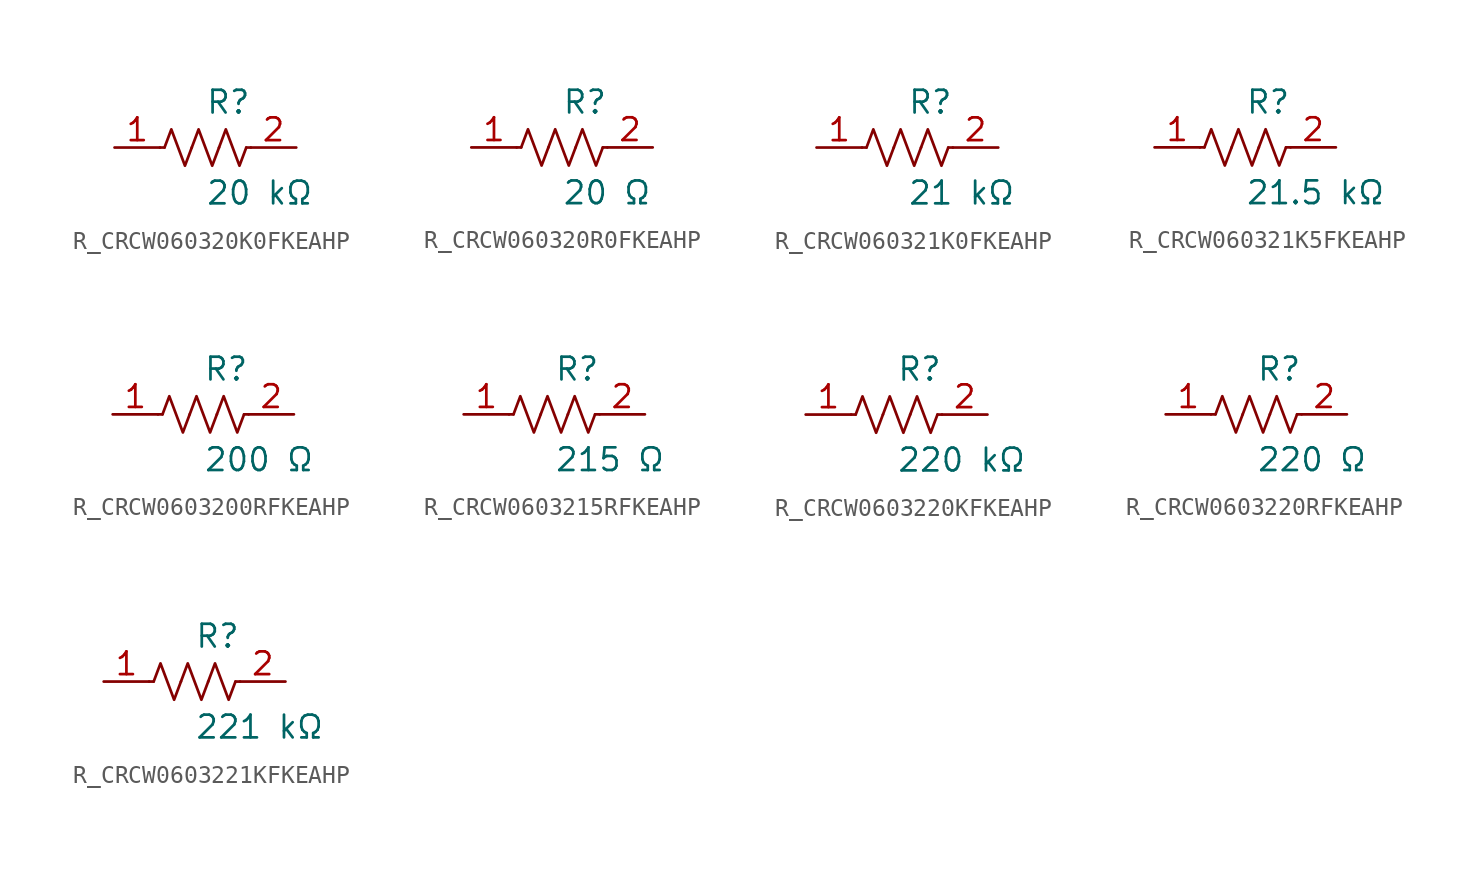
<source format=kicad_sym>
(kicad_symbol_lib
  (version 20231120)
  (generator kicad_symbol_editor)
  (generator_version 8.0)
  (symbol "R_CRCW060320K0FKEAHP"
    (pin_names
      (offset 0.254))
    (property "Reference" "R"
      (at 0.0 2.54 0)
      (effects (font (size 1.27 1.27)) (justify left)))
    (property "Value" "20 kΩ"
      (at 0.0 -2.54 0)
      (effects (font (size 1.27 1.27)) (justify left)))
    (symbol "R_CRCW060320K0FKEAHP_0_1"
      (polyline (pts (xy 2.286 0) (xy 2.54 0)) (stroke (width 0) (type default)) (fill (type none)))
      (polyline (pts (xy -2.286 0) (xy -2.54 0)) (stroke (width 0) (type default)) (fill (type none)))
      (polyline (pts (xy 0.762 0) (xy 1.143 1.016) (xy 1.524 0) (xy 1.905 -1.016) (xy 2.286 0)) (stroke (width 0) (type default)) (fill (type none)))
      (polyline (pts (xy -0.762 0) (xy -0.381 1.016) (xy 0 0) (xy 0.381 -1.016) (xy 0.762 0)) (stroke (width 0) (type default)) (fill (type none)))
      (polyline (pts (xy -2.286 0) (xy -1.905 1.016) (xy -1.524 0) (xy -1.143 -1.016) (xy -0.762 0)) (stroke (width 0) (type default)) (fill (type none))))
    (pin unspecified line
      (at -5.08 0 0)
      (length 2.54)
      (name "" (effects (font (size 1.27 1.27))))
      (number "1" (effects (font (size 1.27 1.27)))))
    (pin unspecified line
      (at 5.08 0 180)
      (length 2.54)
      (name "" (effects (font (size 1.27 1.27))))
      (number "2" (effects (font (size 1.27 1.27))))))
  (symbol "R_CRCW060320R0FKEAHP"
    (pin_names
      (offset 0.254))
    (property "Reference" "R"
      (at 0.0 2.54 0)
      (effects (font (size 1.27 1.27)) (justify left)))
    (property "Value" "20 Ω"
      (at 0.0 -2.54 0)
      (effects (font (size 1.27 1.27)) (justify left)))
    (symbol "R_CRCW060320R0FKEAHP_0_1"
      (polyline (pts (xy 2.286 0) (xy 2.54 0)) (stroke (width 0) (type default)) (fill (type none)))
      (polyline (pts (xy -2.286 0) (xy -2.54 0)) (stroke (width 0) (type default)) (fill (type none)))
      (polyline (pts (xy 0.762 0) (xy 1.143 1.016) (xy 1.524 0) (xy 1.905 -1.016) (xy 2.286 0)) (stroke (width 0) (type default)) (fill (type none)))
      (polyline (pts (xy -0.762 0) (xy -0.381 1.016) (xy 0 0) (xy 0.381 -1.016) (xy 0.762 0)) (stroke (width 0) (type default)) (fill (type none)))
      (polyline (pts (xy -2.286 0) (xy -1.905 1.016) (xy -1.524 0) (xy -1.143 -1.016) (xy -0.762 0)) (stroke (width 0) (type default)) (fill (type none))))
    (pin unspecified line
      (at -5.08 0 0)
      (length 2.54)
      (name "" (effects (font (size 1.27 1.27))))
      (number "1" (effects (font (size 1.27 1.27)))))
    (pin unspecified line
      (at 5.08 0 180)
      (length 2.54)
      (name "" (effects (font (size 1.27 1.27))))
      (number "2" (effects (font (size 1.27 1.27))))))
  (symbol "R_CRCW060321K0FKEAHP"
    (pin_names
      (offset 0.254))
    (property "Reference" "R"
      (at 0.0 2.54 0)
      (effects (font (size 1.27 1.27)) (justify left)))
    (property "Value" "21 kΩ"
      (at 0.0 -2.54 0)
      (effects (font (size 1.27 1.27)) (justify left)))
    (symbol "R_CRCW060321K0FKEAHP_0_1"
      (polyline (pts (xy 2.286 0) (xy 2.54 0)) (stroke (width 0) (type default)) (fill (type none)))
      (polyline (pts (xy -2.286 0) (xy -2.54 0)) (stroke (width 0) (type default)) (fill (type none)))
      (polyline (pts (xy 0.762 0) (xy 1.143 1.016) (xy 1.524 0) (xy 1.905 -1.016) (xy 2.286 0)) (stroke (width 0) (type default)) (fill (type none)))
      (polyline (pts (xy -0.762 0) (xy -0.381 1.016) (xy 0 0) (xy 0.381 -1.016) (xy 0.762 0)) (stroke (width 0) (type default)) (fill (type none)))
      (polyline (pts (xy -2.286 0) (xy -1.905 1.016) (xy -1.524 0) (xy -1.143 -1.016) (xy -0.762 0)) (stroke (width 0) (type default)) (fill (type none))))
    (pin unspecified line
      (at -5.08 0 0)
      (length 2.54)
      (name "" (effects (font (size 1.27 1.27))))
      (number "1" (effects (font (size 1.27 1.27)))))
    (pin unspecified line
      (at 5.08 0 180)
      (length 2.54)
      (name "" (effects (font (size 1.27 1.27))))
      (number "2" (effects (font (size 1.27 1.27))))))
  (symbol "R_CRCW060321K5FKEAHP"
    (pin_names
      (offset 0.254))
    (property "Reference" "R"
      (at 0.0 2.54 0)
      (effects (font (size 1.27 1.27)) (justify left)))
    (property "Value" "21.5 kΩ"
      (at 0.0 -2.54 0)
      (effects (font (size 1.27 1.27)) (justify left)))
    (symbol "R_CRCW060321K5FKEAHP_0_1"
      (polyline (pts (xy 2.286 0) (xy 2.54 0)) (stroke (width 0) (type default)) (fill (type none)))
      (polyline (pts (xy -2.286 0) (xy -2.54 0)) (stroke (width 0) (type default)) (fill (type none)))
      (polyline (pts (xy 0.762 0) (xy 1.143 1.016) (xy 1.524 0) (xy 1.905 -1.016) (xy 2.286 0)) (stroke (width 0) (type default)) (fill (type none)))
      (polyline (pts (xy -0.762 0) (xy -0.381 1.016) (xy 0 0) (xy 0.381 -1.016) (xy 0.762 0)) (stroke (width 0) (type default)) (fill (type none)))
      (polyline (pts (xy -2.286 0) (xy -1.905 1.016) (xy -1.524 0) (xy -1.143 -1.016) (xy -0.762 0)) (stroke (width 0) (type default)) (fill (type none))))
    (pin unspecified line
      (at -5.08 0 0)
      (length 2.54)
      (name "" (effects (font (size 1.27 1.27))))
      (number "1" (effects (font (size 1.27 1.27)))))
    (pin unspecified line
      (at 5.08 0 180)
      (length 2.54)
      (name "" (effects (font (size 1.27 1.27))))
      (number "2" (effects (font (size 1.27 1.27))))))
  (symbol "R_CRCW0603200RFKEAHP"
    (pin_names
      (offset 0.254))
    (property "Reference" "R"
      (at 0.0 2.54 0)
      (effects (font (size 1.27 1.27)) (justify left)))
    (property "Value" "200 Ω"
      (at 0.0 -2.54 0)
      (effects (font (size 1.27 1.27)) (justify left)))
    (symbol "R_CRCW0603200RFKEAHP_0_1"
      (polyline (pts (xy 2.286 0) (xy 2.54 0)) (stroke (width 0) (type default)) (fill (type none)))
      (polyline (pts (xy -2.286 0) (xy -2.54 0)) (stroke (width 0) (type default)) (fill (type none)))
      (polyline (pts (xy 0.762 0) (xy 1.143 1.016) (xy 1.524 0) (xy 1.905 -1.016) (xy 2.286 0)) (stroke (width 0) (type default)) (fill (type none)))
      (polyline (pts (xy -0.762 0) (xy -0.381 1.016) (xy 0 0) (xy 0.381 -1.016) (xy 0.762 0)) (stroke (width 0) (type default)) (fill (type none)))
      (polyline (pts (xy -2.286 0) (xy -1.905 1.016) (xy -1.524 0) (xy -1.143 -1.016) (xy -0.762 0)) (stroke (width 0) (type default)) (fill (type none))))
    (pin unspecified line
      (at -5.08 0 0)
      (length 2.54)
      (name "" (effects (font (size 1.27 1.27))))
      (number "1" (effects (font (size 1.27 1.27)))))
    (pin unspecified line
      (at 5.08 0 180)
      (length 2.54)
      (name "" (effects (font (size 1.27 1.27))))
      (number "2" (effects (font (size 1.27 1.27))))))
  (symbol "R_CRCW0603215RFKEAHP"
    (pin_names
      (offset 0.254))
    (property "Reference" "R"
      (at 0.0 2.54 0)
      (effects (font (size 1.27 1.27)) (justify left)))
    (property "Value" "215 Ω"
      (at 0.0 -2.54 0)
      (effects (font (size 1.27 1.27)) (justify left)))
    (symbol "R_CRCW0603215RFKEAHP_0_1"
      (polyline (pts (xy 2.286 0) (xy 2.54 0)) (stroke (width 0) (type default)) (fill (type none)))
      (polyline (pts (xy -2.286 0) (xy -2.54 0)) (stroke (width 0) (type default)) (fill (type none)))
      (polyline (pts (xy 0.762 0) (xy 1.143 1.016) (xy 1.524 0) (xy 1.905 -1.016) (xy 2.286 0)) (stroke (width 0) (type default)) (fill (type none)))
      (polyline (pts (xy -0.762 0) (xy -0.381 1.016) (xy 0 0) (xy 0.381 -1.016) (xy 0.762 0)) (stroke (width 0) (type default)) (fill (type none)))
      (polyline (pts (xy -2.286 0) (xy -1.905 1.016) (xy -1.524 0) (xy -1.143 -1.016) (xy -0.762 0)) (stroke (width 0) (type default)) (fill (type none))))
    (pin unspecified line
      (at -5.08 0 0)
      (length 2.54)
      (name "" (effects (font (size 1.27 1.27))))
      (number "1" (effects (font (size 1.27 1.27)))))
    (pin unspecified line
      (at 5.08 0 180)
      (length 2.54)
      (name "" (effects (font (size 1.27 1.27))))
      (number "2" (effects (font (size 1.27 1.27))))))
  (symbol "R_CRCW0603220KFKEAHP"
    (pin_names
      (offset 0.254))
    (property "Reference" "R"
      (at 0.0 2.54 0)
      (effects (font (size 1.27 1.27)) (justify left)))
    (property "Value" "220 kΩ"
      (at 0.0 -2.54 0)
      (effects (font (size 1.27 1.27)) (justify left)))
    (symbol "R_CRCW0603220KFKEAHP_0_1"
      (polyline (pts (xy 2.286 0) (xy 2.54 0)) (stroke (width 0) (type default)) (fill (type none)))
      (polyline (pts (xy -2.286 0) (xy -2.54 0)) (stroke (width 0) (type default)) (fill (type none)))
      (polyline (pts (xy 0.762 0) (xy 1.143 1.016) (xy 1.524 0) (xy 1.905 -1.016) (xy 2.286 0)) (stroke (width 0) (type default)) (fill (type none)))
      (polyline (pts (xy -0.762 0) (xy -0.381 1.016) (xy 0 0) (xy 0.381 -1.016) (xy 0.762 0)) (stroke (width 0) (type default)) (fill (type none)))
      (polyline (pts (xy -2.286 0) (xy -1.905 1.016) (xy -1.524 0) (xy -1.143 -1.016) (xy -0.762 0)) (stroke (width 0) (type default)) (fill (type none))))
    (pin unspecified line
      (at -5.08 0 0)
      (length 2.54)
      (name "" (effects (font (size 1.27 1.27))))
      (number "1" (effects (font (size 1.27 1.27)))))
    (pin unspecified line
      (at 5.08 0 180)
      (length 2.54)
      (name "" (effects (font (size 1.27 1.27))))
      (number "2" (effects (font (size 1.27 1.27))))))
  (symbol "R_CRCW0603220RFKEAHP"
    (pin_names
      (offset 0.254))
    (property "Reference" "R"
      (at 0.0 2.54 0)
      (effects (font (size 1.27 1.27)) (justify left)))
    (property "Value" "220 Ω"
      (at 0.0 -2.54 0)
      (effects (font (size 1.27 1.27)) (justify left)))
    (symbol "R_CRCW0603220RFKEAHP_0_1"
      (polyline (pts (xy 2.286 0) (xy 2.54 0)) (stroke (width 0) (type default)) (fill (type none)))
      (polyline (pts (xy -2.286 0) (xy -2.54 0)) (stroke (width 0) (type default)) (fill (type none)))
      (polyline (pts (xy 0.762 0) (xy 1.143 1.016) (xy 1.524 0) (xy 1.905 -1.016) (xy 2.286 0)) (stroke (width 0) (type default)) (fill (type none)))
      (polyline (pts (xy -0.762 0) (xy -0.381 1.016) (xy 0 0) (xy 0.381 -1.016) (xy 0.762 0)) (stroke (width 0) (type default)) (fill (type none)))
      (polyline (pts (xy -2.286 0) (xy -1.905 1.016) (xy -1.524 0) (xy -1.143 -1.016) (xy -0.762 0)) (stroke (width 0) (type default)) (fill (type none))))
    (pin unspecified line
      (at -5.08 0 0)
      (length 2.54)
      (name "" (effects (font (size 1.27 1.27))))
      (number "1" (effects (font (size 1.27 1.27)))))
    (pin unspecified line
      (at 5.08 0 180)
      (length 2.54)
      (name "" (effects (font (size 1.27 1.27))))
      (number "2" (effects (font (size 1.27 1.27))))))
  (symbol "R_CRCW0603221KFKEAHP"
    (pin_names
      (offset 0.254))
    (property "Reference" "R"
      (at 0.0 2.54 0)
      (effects (font (size 1.27 1.27)) (justify left)))
    (property "Value" "221 kΩ"
      (at 0.0 -2.54 0)
      (effects (font (size 1.27 1.27)) (justify left)))
    (symbol "R_CRCW0603221KFKEAHP_0_1"
      (polyline (pts (xy 2.286 0) (xy 2.54 0)) (stroke (width 0) (type default)) (fill (type none)))
      (polyline (pts (xy -2.286 0) (xy -2.54 0)) (stroke (width 0) (type default)) (fill (type none)))
      (polyline (pts (xy 0.762 0) (xy 1.143 1.016) (xy 1.524 0) (xy 1.905 -1.016) (xy 2.286 0)) (stroke (width 0) (type default)) (fill (type none)))
      (polyline (pts (xy -0.762 0) (xy -0.381 1.016) (xy 0 0) (xy 0.381 -1.016) (xy 0.762 0)) (stroke (width 0) (type default)) (fill (type none)))
      (polyline (pts (xy -2.286 0) (xy -1.905 1.016) (xy -1.524 0) (xy -1.143 -1.016) (xy -0.762 0)) (stroke (width 0) (type default)) (fill (type none))))
    (pin unspecified line
      (at -5.08 0 0)
      (length 2.54)
      (name "" (effects (font (size 1.27 1.27))))
      (number "1" (effects (font (size 1.27 1.27)))))
    (pin unspecified line
      (at 5.08 0 180)
      (length 2.54)
      (name "" (effects (font (size 1.27 1.27))))
      (number "2" (effects (font (size 1.27 1.27)))))))
</source>
